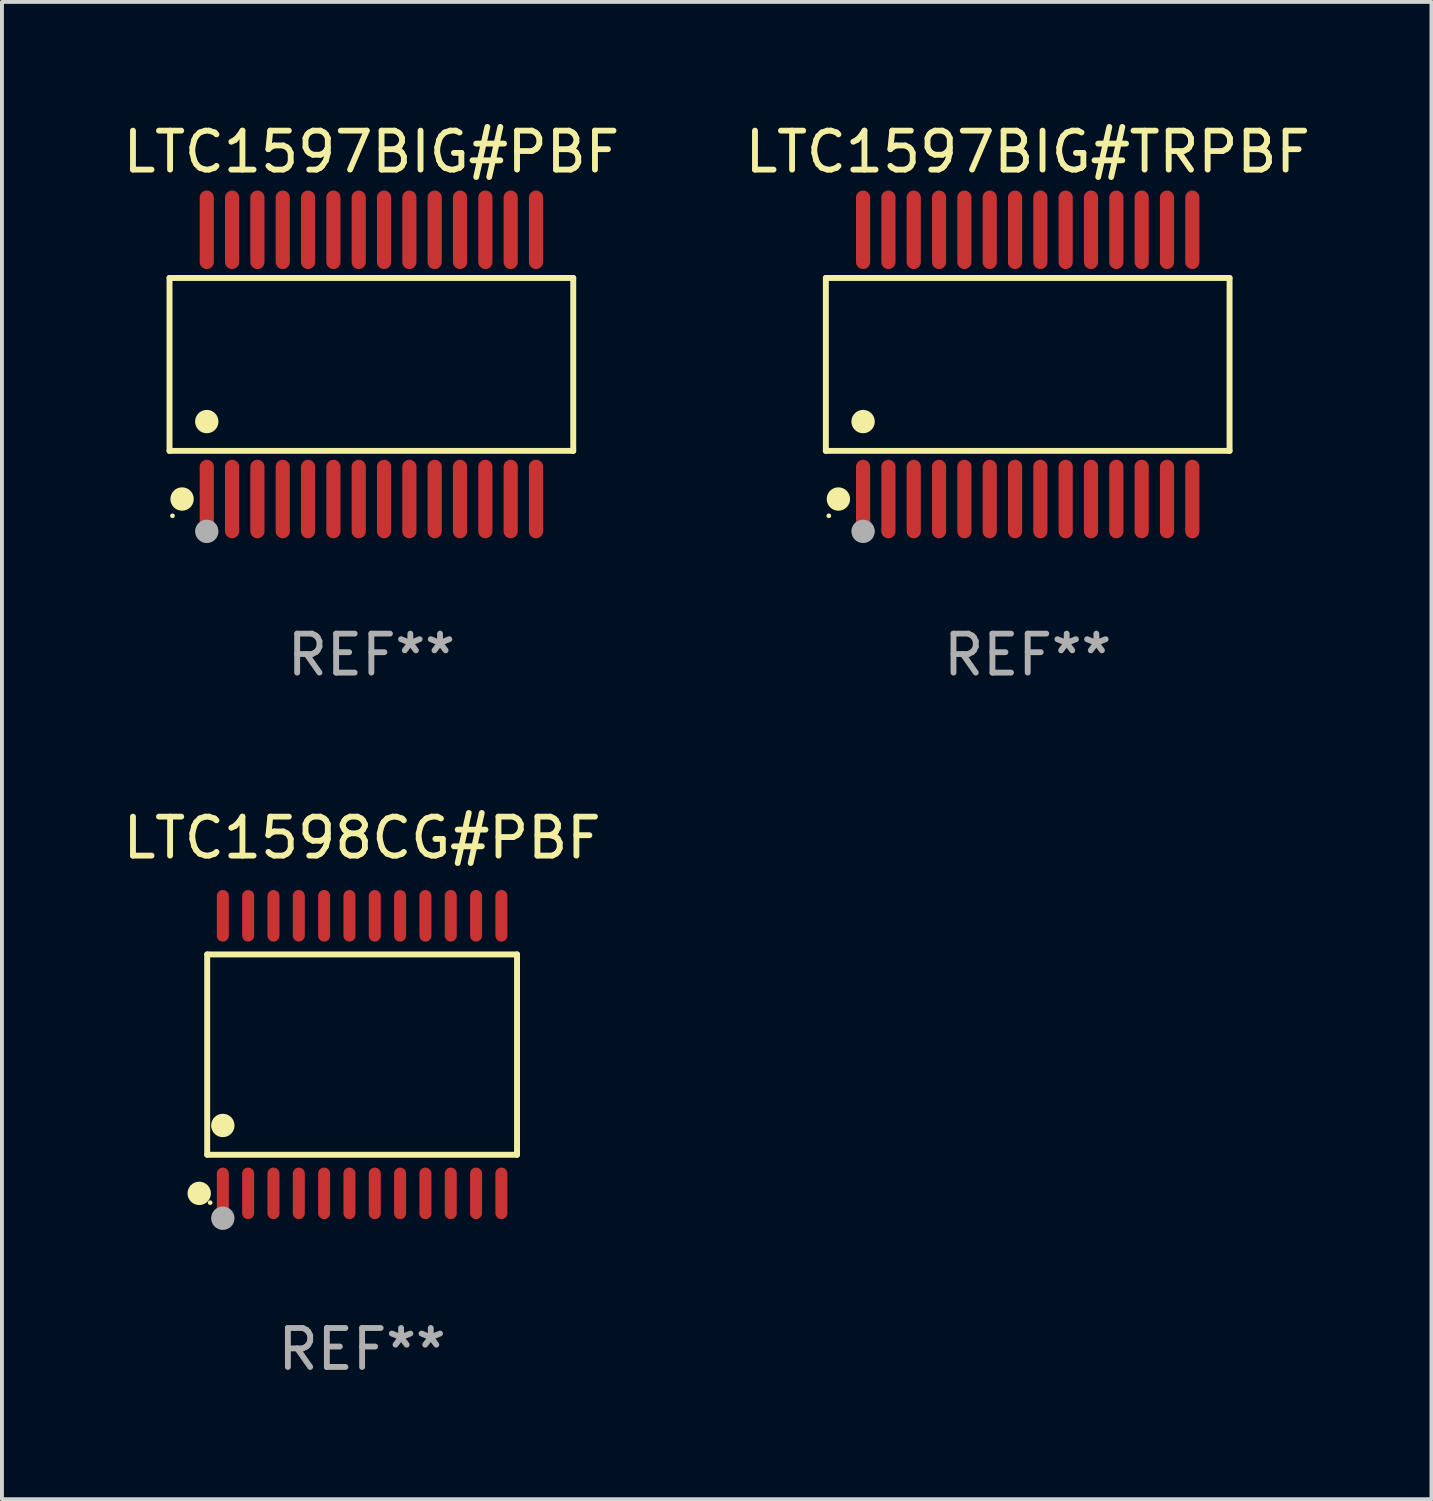
<source format=kicad_pcb>
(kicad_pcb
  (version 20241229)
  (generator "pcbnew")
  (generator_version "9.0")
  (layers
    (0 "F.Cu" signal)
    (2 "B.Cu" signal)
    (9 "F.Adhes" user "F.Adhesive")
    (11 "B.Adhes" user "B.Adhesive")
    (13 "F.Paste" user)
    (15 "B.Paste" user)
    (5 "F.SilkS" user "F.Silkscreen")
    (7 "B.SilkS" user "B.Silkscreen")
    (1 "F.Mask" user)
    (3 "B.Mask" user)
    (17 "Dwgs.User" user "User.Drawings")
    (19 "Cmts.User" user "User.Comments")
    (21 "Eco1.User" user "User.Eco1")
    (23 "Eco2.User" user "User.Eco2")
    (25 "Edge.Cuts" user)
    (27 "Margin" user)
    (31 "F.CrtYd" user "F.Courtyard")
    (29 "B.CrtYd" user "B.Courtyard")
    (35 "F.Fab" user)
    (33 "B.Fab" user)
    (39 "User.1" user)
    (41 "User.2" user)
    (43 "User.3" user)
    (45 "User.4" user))
  (footprint "LTC1597BIG#TRPBF"
    (layer "F.Cu")
    (at 23.327 6.303)
    (property "Reference" "LTC1597BIG#TRPBF" (at 0 -5.455 0) (layer "F.SilkS") (effects (font (size 1 1) (thickness 0.15))))
    (attr through_hole)
    (fp_line (start -5.181 -2.219) (end 5.181 -2.219) (stroke (width 0.152) (type solid)) (layer "F.SilkS"))
    (fp_line (start -5.181 2.219) (end -5.181 -2.219) (stroke (width 0.152) (type solid)) (layer "F.SilkS"))
    (fp_line (start 5.181 -2.219) (end 5.181 2.219) (stroke (width 0.152) (type solid)) (layer "F.SilkS"))
    (fp_line (start 5.181 2.219) (end -5.181 2.219) (stroke (width 0.152) (type solid)) (layer "F.SilkS"))
    (fp_circle (center -5.105 3.885) (end -5.075 3.885) (stroke (width 0.06) (type solid)) (fill no) (layer "F.SilkS"))
    (fp_circle (center -4.859 3.455) (end -4.709 3.455) (stroke (width 0.3) (type solid)) (fill no) (layer "F.SilkS"))
    (fp_circle (center -4.225 1.467) (end -4.075 1.467) (stroke (width 0.3) (type solid)) (fill no) (layer "F.SilkS"))
    (fp_circle (center -4.225 4.285) (end -4.075 4.285) (stroke (width 0.3) (type solid)) (fill no) (layer "F.Fab"))
    (fp_text user "REF**" (at 0 7.455 0) (layer "F.Fab") (effects (font (size 1 1) (thickness 0.15))))
    (pad "1" smd oval (at -4.225 3.455) (size 0.364 2.015) (layers "F.Cu" "F.Mask" "F.Paste"))
    (pad "2" smd oval (at -3.575 3.455) (size 0.364 2.015) (layers "F.Cu" "F.Mask" "F.Paste"))
    (pad "3" smd oval (at -2.925 3.455) (size 0.364 2.015) (layers "F.Cu" "F.Mask" "F.Paste"))
    (pad "4" smd oval (at -2.275 3.455) (size 0.364 2.015) (layers "F.Cu" "F.Mask" "F.Paste"))
    (pad "5" smd oval (at -1.625 3.455) (size 0.364 2.015) (layers "F.Cu" "F.Mask" "F.Paste"))
    (pad "6" smd oval (at -0.975 3.455) (size 0.364 2.015) (layers "F.Cu" "F.Mask" "F.Paste"))
    (pad "7" smd oval (at -0.325 3.455) (size 0.364 2.015) (layers "F.Cu" "F.Mask" "F.Paste"))
    (pad "8" smd oval (at 0.325 3.455) (size 0.364 2.015) (layers "F.Cu" "F.Mask" "F.Paste"))
    (pad "9" smd oval (at 0.975 3.455) (size 0.364 2.015) (layers "F.Cu" "F.Mask" "F.Paste"))
    (pad "10" smd oval (at 1.625 3.455) (size 0.364 2.015) (layers "F.Cu" "F.Mask" "F.Paste"))
    (pad "11" smd oval (at 2.275 3.455) (size 0.364 2.015) (layers "F.Cu" "F.Mask" "F.Paste"))
    (pad "12" smd oval (at 2.925 3.455) (size 0.364 2.015) (layers "F.Cu" "F.Mask" "F.Paste"))
    (pad "13" smd oval (at 3.575 3.455) (size 0.364 2.015) (layers "F.Cu" "F.Mask" "F.Paste"))
    (pad "14" smd oval (at 4.225 3.455) (size 0.364 2.015) (layers "F.Cu" "F.Mask" "F.Paste"))
    (pad "15" smd oval (at 4.225 -3.455) (size 0.364 2.015) (layers "F.Cu" "F.Mask" "F.Paste"))
    (pad "16" smd oval (at 3.575 -3.455) (size 0.364 2.015) (layers "F.Cu" "F.Mask" "F.Paste"))
    (pad "17" smd oval (at 2.925 -3.455) (size 0.364 2.015) (layers "F.Cu" "F.Mask" "F.Paste"))
    (pad "18" smd oval (at 2.275 -3.455) (size 0.364 2.015) (layers "F.Cu" "F.Mask" "F.Paste"))
    (pad "19" smd oval (at 1.625 -3.455) (size 0.364 2.015) (layers "F.Cu" "F.Mask" "F.Paste"))
    (pad "20" smd oval (at 0.975 -3.455) (size 0.364 2.015) (layers "F.Cu" "F.Mask" "F.Paste"))
    (pad "21" smd oval (at 0.325 -3.455) (size 0.364 2.015) (layers "F.Cu" "F.Mask" "F.Paste"))
    (pad "22" smd oval (at -0.325 -3.455) (size 0.364 2.015) (layers "F.Cu" "F.Mask" "F.Paste"))
    (pad "23" smd oval (at -0.975 -3.455) (size 0.364 2.015) (layers "F.Cu" "F.Mask" "F.Paste"))
    (pad "24" smd oval (at -1.625 -3.455) (size 0.364 2.015) (layers "F.Cu" "F.Mask" "F.Paste"))
    (pad "25" smd oval (at -2.275 -3.455) (size 0.364 2.015) (layers "F.Cu" "F.Mask" "F.Paste"))
    (pad "26" smd oval (at -2.925 -3.455) (size 0.364 2.015) (layers "F.Cu" "F.Mask" "F.Paste"))
    (pad "27" smd oval (at -3.575 -3.455) (size 0.364 2.015) (layers "F.Cu" "F.Mask" "F.Paste"))
    (pad "28" smd oval (at -4.225 -3.455) (size 0.364 2.015) (layers "F.Cu" "F.Mask" "F.Paste")))
  (footprint "LTC1597BIG#PBF"
    (layer "F.Cu")
    (at 6.482 6.303)
    (property "Reference" "LTC1597BIG#PBF" (at 0 -5.455 0) (layer "F.SilkS") (effects (font (size 1 1) (thickness 0.15))))
    (attr through_hole)
    (fp_line (start -5.181 -2.219) (end 5.181 -2.219) (stroke (width 0.152) (type solid)) (layer "F.SilkS"))
    (fp_line (start -5.181 2.219) (end -5.181 -2.219) (stroke (width 0.152) (type solid)) (layer "F.SilkS"))
    (fp_line (start 5.181 -2.219) (end 5.181 2.219) (stroke (width 0.152) (type solid)) (layer "F.SilkS"))
    (fp_line (start 5.181 2.219) (end -5.181 2.219) (stroke (width 0.152) (type solid)) (layer "F.SilkS"))
    (fp_circle (center -5.105 3.885) (end -5.075 3.885) (stroke (width 0.06) (type solid)) (fill no) (layer "F.SilkS"))
    (fp_circle (center -4.859 3.455) (end -4.709 3.455) (stroke (width 0.3) (type solid)) (fill no) (layer "F.SilkS"))
    (fp_circle (center -4.225 1.467) (end -4.075 1.467) (stroke (width 0.3) (type solid)) (fill no) (layer "F.SilkS"))
    (fp_circle (center -4.225 4.285) (end -4.075 4.285) (stroke (width 0.3) (type solid)) (fill no) (layer "F.Fab"))
    (fp_text user "REF**" (at 0 7.455 0) (layer "F.Fab") (effects (font (size 1 1) (thickness 0.15))))
    (pad "1" smd oval (at -4.225 3.455) (size 0.364 2.015) (layers "F.Cu" "F.Mask" "F.Paste"))
    (pad "2" smd oval (at -3.575 3.455) (size 0.364 2.015) (layers "F.Cu" "F.Mask" "F.Paste"))
    (pad "3" smd oval (at -2.925 3.455) (size 0.364 2.015) (layers "F.Cu" "F.Mask" "F.Paste"))
    (pad "4" smd oval (at -2.275 3.455) (size 0.364 2.015) (layers "F.Cu" "F.Mask" "F.Paste"))
    (pad "5" smd oval (at -1.625 3.455) (size 0.364 2.015) (layers "F.Cu" "F.Mask" "F.Paste"))
    (pad "6" smd oval (at -0.975 3.455) (size 0.364 2.015) (layers "F.Cu" "F.Mask" "F.Paste"))
    (pad "7" smd oval (at -0.325 3.455) (size 0.364 2.015) (layers "F.Cu" "F.Mask" "F.Paste"))
    (pad "8" smd oval (at 0.325 3.455) (size 0.364 2.015) (layers "F.Cu" "F.Mask" "F.Paste"))
    (pad "9" smd oval (at 0.975 3.455) (size 0.364 2.015) (layers "F.Cu" "F.Mask" "F.Paste"))
    (pad "10" smd oval (at 1.625 3.455) (size 0.364 2.015) (layers "F.Cu" "F.Mask" "F.Paste"))
    (pad "11" smd oval (at 2.275 3.455) (size 0.364 2.015) (layers "F.Cu" "F.Mask" "F.Paste"))
    (pad "12" smd oval (at 2.925 3.455) (size 0.364 2.015) (layers "F.Cu" "F.Mask" "F.Paste"))
    (pad "13" smd oval (at 3.575 3.455) (size 0.364 2.015) (layers "F.Cu" "F.Mask" "F.Paste"))
    (pad "14" smd oval (at 4.225 3.455) (size 0.364 2.015) (layers "F.Cu" "F.Mask" "F.Paste"))
    (pad "15" smd oval (at 4.225 -3.455) (size 0.364 2.015) (layers "F.Cu" "F.Mask" "F.Paste"))
    (pad "16" smd oval (at 3.575 -3.455) (size 0.364 2.015) (layers "F.Cu" "F.Mask" "F.Paste"))
    (pad "17" smd oval (at 2.925 -3.455) (size 0.364 2.015) (layers "F.Cu" "F.Mask" "F.Paste"))
    (pad "18" smd oval (at 2.275 -3.455) (size 0.364 2.015) (layers "F.Cu" "F.Mask" "F.Paste"))
    (pad "19" smd oval (at 1.625 -3.455) (size 0.364 2.015) (layers "F.Cu" "F.Mask" "F.Paste"))
    (pad "20" smd oval (at 0.975 -3.455) (size 0.364 2.015) (layers "F.Cu" "F.Mask" "F.Paste"))
    (pad "21" smd oval (at 0.325 -3.455) (size 0.364 2.015) (layers "F.Cu" "F.Mask" "F.Paste"))
    (pad "22" smd oval (at -0.325 -3.455) (size 0.364 2.015) (layers "F.Cu" "F.Mask" "F.Paste"))
    (pad "23" smd oval (at -0.975 -3.455) (size 0.364 2.015) (layers "F.Cu" "F.Mask" "F.Paste"))
    (pad "24" smd oval (at -1.625 -3.455) (size 0.364 2.015) (layers "F.Cu" "F.Mask" "F.Paste"))
    (pad "25" smd oval (at -2.275 -3.455) (size 0.364 2.015) (layers "F.Cu" "F.Mask" "F.Paste"))
    (pad "26" smd oval (at -2.925 -3.455) (size 0.364 2.015) (layers "F.Cu" "F.Mask" "F.Paste"))
    (pad "27" smd oval (at -3.575 -3.455) (size 0.364 2.015) (layers "F.Cu" "F.Mask" "F.Paste"))
    (pad "28" smd oval (at -4.225 -3.455) (size 0.364 2.015) (layers "F.Cu" "F.Mask" "F.Paste")))
  (footprint "LTC1598CG#PBF"
    (layer "F.Cu")
    (at 6.244 24.017)
    (property "Reference" "LTC1598CG#PBF" (at 0 -5.562 0) (layer "F.SilkS") (effects (font (size 1 1) (thickness 0.15))))
    (attr through_hole)
    (fp_line (start -3.976 -2.571) (end 3.976 -2.571) (stroke (width 0.152) (type solid)) (layer "F.SilkS"))
    (fp_line (start -3.976 2.571) (end -3.976 -2.571) (stroke (width 0.152) (type solid)) (layer "F.SilkS"))
    (fp_line (start 3.976 -2.571) (end 3.976 2.571) (stroke (width 0.152) (type solid)) (layer "F.SilkS"))
    (fp_line (start 3.976 2.571) (end -3.976 2.571) (stroke (width 0.152) (type solid)) (layer "F.SilkS"))
    (fp_circle (center -4.181 3.562) (end -4.031 3.562) (stroke (width 0.3) (type solid)) (fill no) (layer "F.SilkS"))
    (fp_circle (center -3.9 3.8) (end -3.87 3.8) (stroke (width 0.06) (type solid)) (fill no) (layer "F.SilkS"))
    (fp_circle (center -3.575 1.819) (end -3.425 1.819) (stroke (width 0.3) (type solid)) (fill no) (layer "F.SilkS"))
    (fp_circle (center -3.575 4.2) (end -3.425 4.2) (stroke (width 0.3) (type solid)) (fill no) (layer "F.Fab"))
    (fp_text user "REF**" (at 0 7.562 0) (layer "F.Fab") (effects (font (size 1 1) (thickness 0.15))))
    (pad "1" smd oval (at -3.575 3.562) (size 0.308 1.324) (layers "F.Cu" "F.Mask" "F.Paste"))
    (pad "2" smd oval (at -2.925 3.562) (size 0.308 1.324) (layers "F.Cu" "F.Mask" "F.Paste"))
    (pad "3" smd oval (at -2.275 3.562) (size 0.308 1.324) (layers "F.Cu" "F.Mask" "F.Paste"))
    (pad "4" smd oval (at -1.625 3.562) (size 0.308 1.324) (layers "F.Cu" "F.Mask" "F.Paste"))
    (pad "5" smd oval (at -0.975 3.562) (size 0.308 1.324) (layers "F.Cu" "F.Mask" "F.Paste"))
    (pad "6" smd oval (at -0.325 3.562) (size 0.308 1.324) (layers "F.Cu" "F.Mask" "F.Paste"))
    (pad "7" smd oval (at 0.325 3.562) (size 0.308 1.324) (layers "F.Cu" "F.Mask" "F.Paste"))
    (pad "8" smd oval (at 0.975 3.562) (size 0.308 1.324) (layers "F.Cu" "F.Mask" "F.Paste"))
    (pad "9" smd oval (at 1.625 3.562) (size 0.308 1.324) (layers "F.Cu" "F.Mask" "F.Paste"))
    (pad "10" smd oval (at 2.275 3.562) (size 0.308 1.324) (layers "F.Cu" "F.Mask" "F.Paste"))
    (pad "11" smd oval (at 2.925 3.562) (size 0.308 1.324) (layers "F.Cu" "F.Mask" "F.Paste"))
    (pad "12" smd oval (at 3.575 3.562) (size 0.308 1.324) (layers "F.Cu" "F.Mask" "F.Paste"))
    (pad "13" smd oval (at 3.575 -3.562) (size 0.308 1.324) (layers "F.Cu" "F.Mask" "F.Paste"))
    (pad "14" smd oval (at 2.925 -3.562) (size 0.308 1.324) (layers "F.Cu" "F.Mask" "F.Paste"))
    (pad "15" smd oval (at 2.275 -3.562) (size 0.308 1.324) (layers "F.Cu" "F.Mask" "F.Paste"))
    (pad "16" smd oval (at 1.625 -3.562) (size 0.308 1.324) (layers "F.Cu" "F.Mask" "F.Paste"))
    (pad "17" smd oval (at 0.975 -3.562) (size 0.308 1.324) (layers "F.Cu" "F.Mask" "F.Paste"))
    (pad "18" smd oval (at 0.325 -3.562) (size 0.308 1.324) (layers "F.Cu" "F.Mask" "F.Paste"))
    (pad "19" smd oval (at -0.325 -3.562) (size 0.308 1.324) (layers "F.Cu" "F.Mask" "F.Paste"))
    (pad "20" smd oval (at -0.975 -3.562) (size 0.308 1.324) (layers "F.Cu" "F.Mask" "F.Paste"))
    (pad "21" smd oval (at -1.625 -3.562) (size 0.308 1.324) (layers "F.Cu" "F.Mask" "F.Paste"))
    (pad "22" smd oval (at -2.275 -3.562) (size 0.308 1.324) (layers "F.Cu" "F.Mask" "F.Paste"))
    (pad "23" smd oval (at -2.925 -3.562) (size 0.308 1.324) (layers "F.Cu" "F.Mask" "F.Paste"))
    (pad "24" smd oval (at -3.575 -3.562) (size 0.308 1.324) (layers "F.Cu" "F.Mask" "F.Paste")))
  (gr_rect
    (start -3 -3)
    (end 33.69 35.428)
    (stroke (width 0.1) (type default))
    (fill no)
    (layer "Edge.Cuts")))
</source>
